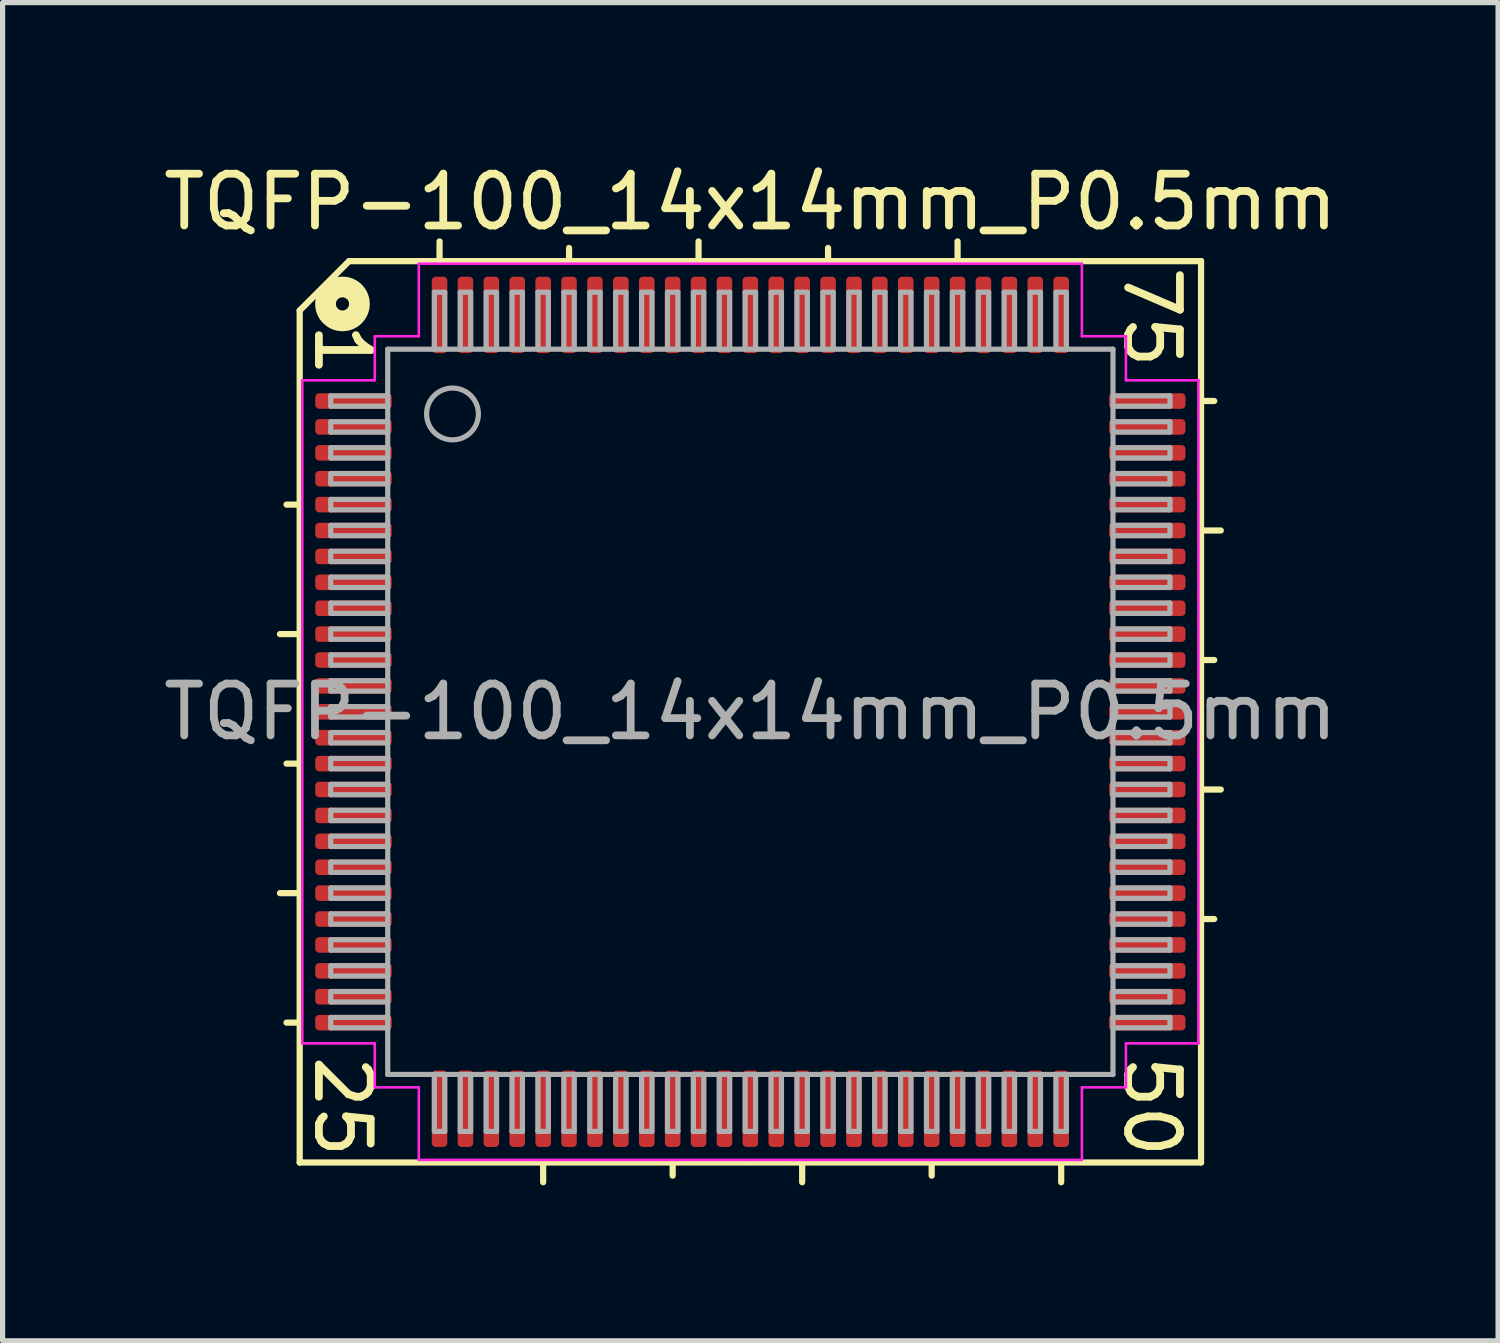
<source format=kicad_pcb>
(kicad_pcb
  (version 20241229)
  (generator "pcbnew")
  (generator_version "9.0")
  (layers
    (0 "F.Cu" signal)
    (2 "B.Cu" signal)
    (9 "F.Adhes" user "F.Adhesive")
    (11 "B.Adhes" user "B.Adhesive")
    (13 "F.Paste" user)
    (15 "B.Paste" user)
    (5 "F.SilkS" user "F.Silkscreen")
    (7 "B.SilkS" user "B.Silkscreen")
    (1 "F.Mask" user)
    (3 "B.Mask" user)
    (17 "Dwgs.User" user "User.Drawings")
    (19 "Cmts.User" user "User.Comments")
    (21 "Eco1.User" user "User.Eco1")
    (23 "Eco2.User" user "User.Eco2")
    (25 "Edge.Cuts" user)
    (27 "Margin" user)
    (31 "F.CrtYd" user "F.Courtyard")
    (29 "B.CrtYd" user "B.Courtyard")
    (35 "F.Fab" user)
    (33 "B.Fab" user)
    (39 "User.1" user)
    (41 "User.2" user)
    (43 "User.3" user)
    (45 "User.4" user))
  (footprint "TQFP-100_14x14mm_P0.5mm"
    (layer "F.Cu")
    (at 11.435 10.691)
    (property "Reference" "TQFP-100_14x14mm_P0.5mm" (at 0 -9.843 0) (layer "F.SilkS") (effects (font (size 1 1) (thickness 0.15))))
    (attr smd)
    (fp_line (start -8.7 -7.747) (end -8.7 8.7) (stroke (width 0.12) (type solid)) (layer "F.SilkS"))
    (fp_line (start -8.7 -4) (end -8.954 -4) (stroke (width 0.12) (type solid)) (layer "F.SilkS"))
    (fp_line (start -8.7 -1.5) (end -9.081 -1.5) (stroke (width 0.12) (type solid)) (layer "F.SilkS"))
    (fp_line (start -8.7 1) (end -8.954 1) (stroke (width 0.12) (type solid)) (layer "F.SilkS"))
    (fp_line (start -8.7 3.5) (end -9.081 3.5) (stroke (width 0.12) (type solid)) (layer "F.SilkS"))
    (fp_line (start -8.7 6) (end -8.954 6) (stroke (width 0.12) (type solid)) (layer "F.SilkS"))
    (fp_line (start -8.7 8.7) (end 8.7 8.7) (stroke (width 0.12) (type solid)) (layer "F.SilkS"))
    (fp_line (start -7.747 -8.7) (end -8.7 -7.747) (stroke (width 0.12) (type solid)) (layer "F.SilkS"))
    (fp_line (start -6 -8.7) (end -6 -9.081) (stroke (width 0.12) (type solid)) (layer "F.SilkS"))
    (fp_line (start -4 8.7) (end -4 9.081) (stroke (width 0.12) (type solid)) (layer "F.SilkS"))
    (fp_line (start -3.5 -8.7) (end -3.5 -8.954) (stroke (width 0.12) (type solid)) (layer "F.SilkS"))
    (fp_line (start -1.5 8.7) (end -1.5 8.954) (stroke (width 0.12) (type solid)) (layer "F.SilkS"))
    (fp_line (start -1 -8.7) (end -1 -9.081) (stroke (width 0.12) (type solid)) (layer "F.SilkS"))
    (fp_line (start 1 8.7) (end 1 9.081) (stroke (width 0.12) (type solid)) (layer "F.SilkS"))
    (fp_line (start 1.5 -8.7) (end 1.5 -8.954) (stroke (width 0.12) (type solid)) (layer "F.SilkS"))
    (fp_line (start 3.5 8.7) (end 3.5 8.954) (stroke (width 0.12) (type solid)) (layer "F.SilkS"))
    (fp_line (start 4 -8.7) (end 4 -9.081) (stroke (width 0.12) (type solid)) (layer "F.SilkS"))
    (fp_line (start 6 8.7) (end 6 9.081) (stroke (width 0.12) (type solid)) (layer "F.SilkS"))
    (fp_line (start 8.7 -8.7) (end -7.747 -8.7) (stroke (width 0.12) (type solid)) (layer "F.SilkS"))
    (fp_line (start 8.7 -6) (end 8.954 -6) (stroke (width 0.12) (type solid)) (layer "F.SilkS"))
    (fp_line (start 8.7 -3.5) (end 9.081 -3.5) (stroke (width 0.12) (type solid)) (layer "F.SilkS"))
    (fp_line (start 8.7 -1) (end 8.954 -1) (stroke (width 0.12) (type solid)) (layer "F.SilkS"))
    (fp_line (start 8.7 1.5) (end 9.081 1.5) (stroke (width 0.12) (type solid)) (layer "F.SilkS"))
    (fp_line (start 8.7 4) (end 8.954 4) (stroke (width 0.12) (type solid)) (layer "F.SilkS"))
    (fp_line (start 8.7 8.7) (end 8.7 -8.7) (stroke (width 0.12) (type solid)) (layer "F.SilkS"))
    (fp_circle (center -7.874 -7.874) (end -7.747 -7.874) (stroke (width 0.4) (type solid)) (fill no) (layer "F.SilkS"))
    (fp_line (start -8.65 -6.4) (end -8.65 0) (stroke (width 0.05) (type solid)) (layer "F.CrtYd"))
    (fp_line (start -8.65 6.4) (end -8.65 0) (stroke (width 0.05) (type solid)) (layer "F.CrtYd"))
    (fp_line (start -7.25 -7.25) (end -7.25 -6.4) (stroke (width 0.05) (type solid)) (layer "F.CrtYd"))
    (fp_line (start -7.25 -6.4) (end -8.65 -6.4) (stroke (width 0.05) (type solid)) (layer "F.CrtYd"))
    (fp_line (start -7.25 6.4) (end -8.65 6.4) (stroke (width 0.05) (type solid)) (layer "F.CrtYd"))
    (fp_line (start -7.25 7.25) (end -7.25 6.4) (stroke (width 0.05) (type solid)) (layer "F.CrtYd"))
    (fp_line (start -6.4 -8.65) (end -6.4 -7.25) (stroke (width 0.05) (type solid)) (layer "F.CrtYd"))
    (fp_line (start -6.4 -7.25) (end -7.25 -7.25) (stroke (width 0.05) (type solid)) (layer "F.CrtYd"))
    (fp_line (start -6.4 7.25) (end -7.25 7.25) (stroke (width 0.05) (type solid)) (layer "F.CrtYd"))
    (fp_line (start -6.4 8.65) (end -6.4 7.25) (stroke (width 0.05) (type solid)) (layer "F.CrtYd"))
    (fp_line (start 0 -8.65) (end -6.4 -8.65) (stroke (width 0.05) (type solid)) (layer "F.CrtYd"))
    (fp_line (start 0 -8.65) (end 6.4 -8.65) (stroke (width 0.05) (type solid)) (layer "F.CrtYd"))
    (fp_line (start 0 8.65) (end -6.4 8.65) (stroke (width 0.05) (type solid)) (layer "F.CrtYd"))
    (fp_line (start 0 8.65) (end 6.4 8.65) (stroke (width 0.05) (type solid)) (layer "F.CrtYd"))
    (fp_line (start 6.4 -8.65) (end 6.4 -7.25) (stroke (width 0.05) (type solid)) (layer "F.CrtYd"))
    (fp_line (start 6.4 -7.25) (end 7.25 -7.25) (stroke (width 0.05) (type solid)) (layer "F.CrtYd"))
    (fp_line (start 6.4 7.25) (end 7.25 7.25) (stroke (width 0.05) (type solid)) (layer "F.CrtYd"))
    (fp_line (start 6.4 8.65) (end 6.4 7.25) (stroke (width 0.05) (type solid)) (layer "F.CrtYd"))
    (fp_line (start 7.25 -7.25) (end 7.25 -6.4) (stroke (width 0.05) (type solid)) (layer "F.CrtYd"))
    (fp_line (start 7.25 -6.4) (end 8.65 -6.4) (stroke (width 0.05) (type solid)) (layer "F.CrtYd"))
    (fp_line (start 7.25 6.4) (end 8.65 6.4) (stroke (width 0.05) (type solid)) (layer "F.CrtYd"))
    (fp_line (start 7.25 7.25) (end 7.25 6.4) (stroke (width 0.05) (type solid)) (layer "F.CrtYd"))
    (fp_line (start 8.65 -6.4) (end 8.65 0) (stroke (width 0.05) (type solid)) (layer "F.CrtYd"))
    (fp_line (start 8.65 6.4) (end 8.65 0) (stroke (width 0.05) (type solid)) (layer "F.CrtYd"))
    (fp_line (start -8.1 -6.1) (end -8.1 -5.9) (stroke (width 0.1) (type solid)) (layer "F.Fab"))
    (fp_line (start -8.1 -6.1) (end -7 -6.1) (stroke (width 0.1) (type solid)) (layer "F.Fab"))
    (fp_line (start -8.1 -5.9) (end -7 -5.9) (stroke (width 0.1) (type solid)) (layer "F.Fab"))
    (fp_line (start -8.1 -5.6) (end -8.1 -5.4) (stroke (width 0.1) (type solid)) (layer "F.Fab"))
    (fp_line (start -8.1 -5.6) (end -7 -5.6) (stroke (width 0.1) (type solid)) (layer "F.Fab"))
    (fp_line (start -8.1 -5.4) (end -7 -5.4) (stroke (width 0.1) (type solid)) (layer "F.Fab"))
    (fp_line (start -8.1 -5.1) (end -8.1 -4.9) (stroke (width 0.1) (type solid)) (layer "F.Fab"))
    (fp_line (start -8.1 -5.1) (end -7 -5.1) (stroke (width 0.1) (type solid)) (layer "F.Fab"))
    (fp_line (start -8.1 -4.9) (end -7 -4.9) (stroke (width 0.1) (type solid)) (layer "F.Fab"))
    (fp_line (start -8.1 -4.6) (end -8.1 -4.4) (stroke (width 0.1) (type solid)) (layer "F.Fab"))
    (fp_line (start -8.1 -4.6) (end -7 -4.6) (stroke (width 0.1) (type solid)) (layer "F.Fab"))
    (fp_line (start -8.1 -4.4) (end -7 -4.4) (stroke (width 0.1) (type solid)) (layer "F.Fab"))
    (fp_line (start -8.1 -4.1) (end -8.1 -3.9) (stroke (width 0.1) (type solid)) (layer "F.Fab"))
    (fp_line (start -8.1 -4.1) (end -7 -4.1) (stroke (width 0.1) (type solid)) (layer "F.Fab"))
    (fp_line (start -8.1 -3.9) (end -7 -3.9) (stroke (width 0.1) (type solid)) (layer "F.Fab"))
    (fp_line (start -8.1 -3.6) (end -8.1 -3.4) (stroke (width 0.1) (type solid)) (layer "F.Fab"))
    (fp_line (start -8.1 -3.6) (end -7 -3.6) (stroke (width 0.1) (type solid)) (layer "F.Fab"))
    (fp_line (start -8.1 -3.4) (end -7 -3.4) (stroke (width 0.1) (type solid)) (layer "F.Fab"))
    (fp_line (start -8.1 -3.1) (end -8.1 -2.9) (stroke (width 0.1) (type solid)) (layer "F.Fab"))
    (fp_line (start -8.1 -3.1) (end -7 -3.1) (stroke (width 0.1) (type solid)) (layer "F.Fab"))
    (fp_line (start -8.1 -2.9) (end -7 -2.9) (stroke (width 0.1) (type solid)) (layer "F.Fab"))
    (fp_line (start -8.1 -2.6) (end -8.1 -2.4) (stroke (width 0.1) (type solid)) (layer "F.Fab"))
    (fp_line (start -8.1 -2.6) (end -7 -2.6) (stroke (width 0.1) (type solid)) (layer "F.Fab"))
    (fp_line (start -8.1 -2.4) (end -7 -2.4) (stroke (width 0.1) (type solid)) (layer "F.Fab"))
    (fp_line (start -8.1 -2.1) (end -8.1 -1.9) (stroke (width 0.1) (type solid)) (layer "F.Fab"))
    (fp_line (start -8.1 -2.1) (end -7 -2.1) (stroke (width 0.1) (type solid)) (layer "F.Fab"))
    (fp_line (start -8.1 -1.9) (end -7 -1.9) (stroke (width 0.1) (type solid)) (layer "F.Fab"))
    (fp_line (start -8.1 -1.6) (end -8.1 -1.4) (stroke (width 0.1) (type solid)) (layer "F.Fab"))
    (fp_line (start -8.1 -1.6) (end -7 -1.6) (stroke (width 0.1) (type solid)) (layer "F.Fab"))
    (fp_line (start -8.1 -1.4) (end -7 -1.4) (stroke (width 0.1) (type solid)) (layer "F.Fab"))
    (fp_line (start -8.1 -1.1) (end -8.1 -0.9) (stroke (width 0.1) (type solid)) (layer "F.Fab"))
    (fp_line (start -8.1 -1.1) (end -7 -1.1) (stroke (width 0.1) (type solid)) (layer "F.Fab"))
    (fp_line (start -8.1 -0.9) (end -7 -0.9) (stroke (width 0.1) (type solid)) (layer "F.Fab"))
    (fp_line (start -8.1 -0.6) (end -8.1 -0.4) (stroke (width 0.1) (type solid)) (layer "F.Fab"))
    (fp_line (start -8.1 -0.6) (end -7 -0.6) (stroke (width 0.1) (type solid)) (layer "F.Fab"))
    (fp_line (start -8.1 -0.4) (end -7 -0.4) (stroke (width 0.1) (type solid)) (layer "F.Fab"))
    (fp_line (start -8.1 -0.1) (end -8.1 0.1) (stroke (width 0.1) (type solid)) (layer "F.Fab"))
    (fp_line (start -8.1 -0.1) (end -7 -0.1) (stroke (width 0.1) (type solid)) (layer "F.Fab"))
    (fp_line (start -8.1 0.1) (end -7 0.1) (stroke (width 0.1) (type solid)) (layer "F.Fab"))
    (fp_line (start -8.1 0.4) (end -8.1 0.6) (stroke (width 0.1) (type solid)) (layer "F.Fab"))
    (fp_line (start -8.1 0.4) (end -7 0.4) (stroke (width 0.1) (type solid)) (layer "F.Fab"))
    (fp_line (start -8.1 0.6) (end -7 0.6) (stroke (width 0.1) (type solid)) (layer "F.Fab"))
    (fp_line (start -8.1 0.9) (end -8.1 1.1) (stroke (width 0.1) (type solid)) (layer "F.Fab"))
    (fp_line (start -8.1 0.9) (end -7 0.9) (stroke (width 0.1) (type solid)) (layer "F.Fab"))
    (fp_line (start -8.1 1.1) (end -7 1.1) (stroke (width 0.1) (type solid)) (layer "F.Fab"))
    (fp_line (start -8.1 1.4) (end -8.1 1.6) (stroke (width 0.1) (type solid)) (layer "F.Fab"))
    (fp_line (start -8.1 1.4) (end -7 1.4) (stroke (width 0.1) (type solid)) (layer "F.Fab"))
    (fp_line (start -8.1 1.6) (end -7 1.6) (stroke (width 0.1) (type solid)) (layer "F.Fab"))
    (fp_line (start -8.1 1.9) (end -8.1 2.1) (stroke (width 0.1) (type solid)) (layer "F.Fab"))
    (fp_line (start -8.1 1.9) (end -7 1.9) (stroke (width 0.1) (type solid)) (layer "F.Fab"))
    (fp_line (start -8.1 2.1) (end -7 2.1) (stroke (width 0.1) (type solid)) (layer "F.Fab"))
    (fp_line (start -8.1 2.4) (end -8.1 2.6) (stroke (width 0.1) (type solid)) (layer "F.Fab"))
    (fp_line (start -8.1 2.4) (end -7 2.4) (stroke (width 0.1) (type solid)) (layer "F.Fab"))
    (fp_line (start -8.1 2.6) (end -7 2.6) (stroke (width 0.1) (type solid)) (layer "F.Fab"))
    (fp_line (start -8.1 2.9) (end -8.1 3.1) (stroke (width 0.1) (type solid)) (layer "F.Fab"))
    (fp_line (start -8.1 2.9) (end -7 2.9) (stroke (width 0.1) (type solid)) (layer "F.Fab"))
    (fp_line (start -8.1 3.1) (end -7 3.1) (stroke (width 0.1) (type solid)) (layer "F.Fab"))
    (fp_line (start -8.1 3.4) (end -8.1 3.6) (stroke (width 0.1) (type solid)) (layer "F.Fab"))
    (fp_line (start -8.1 3.4) (end -7 3.4) (stroke (width 0.1) (type solid)) (layer "F.Fab"))
    (fp_line (start -8.1 3.6) (end -7 3.6) (stroke (width 0.1) (type solid)) (layer "F.Fab"))
    (fp_line (start -8.1 3.9) (end -8.1 4.1) (stroke (width 0.1) (type solid)) (layer "F.Fab"))
    (fp_line (start -8.1 3.9) (end -7 3.9) (stroke (width 0.1) (type solid)) (layer "F.Fab"))
    (fp_line (start -8.1 4.1) (end -7 4.1) (stroke (width 0.1) (type solid)) (layer "F.Fab"))
    (fp_line (start -8.1 4.4) (end -8.1 4.6) (stroke (width 0.1) (type solid)) (layer "F.Fab"))
    (fp_line (start -8.1 4.4) (end -7 4.4) (stroke (width 0.1) (type solid)) (layer "F.Fab"))
    (fp_line (start -8.1 4.6) (end -7 4.6) (stroke (width 0.1) (type solid)) (layer "F.Fab"))
    (fp_line (start -8.1 4.9) (end -8.1 5.1) (stroke (width 0.1) (type solid)) (layer "F.Fab"))
    (fp_line (start -8.1 4.9) (end -7 4.9) (stroke (width 0.1) (type solid)) (layer "F.Fab"))
    (fp_line (start -8.1 5.1) (end -7 5.1) (stroke (width 0.1) (type solid)) (layer "F.Fab"))
    (fp_line (start -8.1 5.4) (end -8.1 5.6) (stroke (width 0.1) (type solid)) (layer "F.Fab"))
    (fp_line (start -8.1 5.4) (end -7 5.4) (stroke (width 0.1) (type solid)) (layer "F.Fab"))
    (fp_line (start -8.1 5.6) (end -7 5.6) (stroke (width 0.1) (type solid)) (layer "F.Fab"))
    (fp_line (start -8.1 5.9) (end -8.1 6.1) (stroke (width 0.1) (type solid)) (layer "F.Fab"))
    (fp_line (start -8.1 5.9) (end -7 5.9) (stroke (width 0.1) (type solid)) (layer "F.Fab"))
    (fp_line (start -8.1 6.1) (end -7 6.1) (stroke (width 0.1) (type solid)) (layer "F.Fab"))
    (fp_line (start -7 -7) (end 7 -7) (stroke (width 0.1) (type solid)) (layer "F.Fab"))
    (fp_line (start -7 7) (end -7 -7) (stroke (width 0.1) (type solid)) (layer "F.Fab"))
    (fp_line (start -6.1 -8.1) (end -6.1 -7) (stroke (width 0.1) (type solid)) (layer "F.Fab"))
    (fp_line (start -6.1 8.1) (end -6.1 7) (stroke (width 0.1) (type solid)) (layer "F.Fab"))
    (fp_line (start -6.1 8.1) (end -5.9 8.1) (stroke (width 0.1) (type solid)) (layer "F.Fab"))
    (fp_line (start -5.9 -8.1) (end -6.1 -8.1) (stroke (width 0.1) (type solid)) (layer "F.Fab"))
    (fp_line (start -5.9 -8.1) (end -5.9 -7) (stroke (width 0.1) (type solid)) (layer "F.Fab"))
    (fp_line (start -5.9 8.1) (end -5.9 7) (stroke (width 0.1) (type solid)) (layer "F.Fab"))
    (fp_line (start -5.6 -8.1) (end -5.6 -7) (stroke (width 0.1) (type solid)) (layer "F.Fab"))
    (fp_line (start -5.6 8.1) (end -5.6 7) (stroke (width 0.1) (type solid)) (layer "F.Fab"))
    (fp_line (start -5.6 8.1) (end -5.4 8.1) (stroke (width 0.1) (type solid)) (layer "F.Fab"))
    (fp_line (start -5.4 -8.1) (end -5.6 -8.1) (stroke (width 0.1) (type solid)) (layer "F.Fab"))
    (fp_line (start -5.4 -8.1) (end -5.4 -7) (stroke (width 0.1) (type solid)) (layer "F.Fab"))
    (fp_line (start -5.4 8.1) (end -5.4 7) (stroke (width 0.1) (type solid)) (layer "F.Fab"))
    (fp_line (start -5.1 -8.1) (end -5.1 -7) (stroke (width 0.1) (type solid)) (layer "F.Fab"))
    (fp_line (start -5.1 8.1) (end -5.1 7) (stroke (width 0.1) (type solid)) (layer "F.Fab"))
    (fp_line (start -5.1 8.1) (end -4.9 8.1) (stroke (width 0.1) (type solid)) (layer "F.Fab"))
    (fp_line (start -4.9 -8.1) (end -5.1 -8.1) (stroke (width 0.1) (type solid)) (layer "F.Fab"))
    (fp_line (start -4.9 -8.1) (end -4.9 -7) (stroke (width 0.1) (type solid)) (layer "F.Fab"))
    (fp_line (start -4.9 8.1) (end -4.9 7) (stroke (width 0.1) (type solid)) (layer "F.Fab"))
    (fp_line (start -4.6 -8.1) (end -4.6 -7) (stroke (width 0.1) (type solid)) (layer "F.Fab"))
    (fp_line (start -4.6 8.1) (end -4.6 7) (stroke (width 0.1) (type solid)) (layer "F.Fab"))
    (fp_line (start -4.6 8.1) (end -4.4 8.1) (stroke (width 0.1) (type solid)) (layer "F.Fab"))
    (fp_line (start -4.4 -8.1) (end -4.6 -8.1) (stroke (width 0.1) (type solid)) (layer "F.Fab"))
    (fp_line (start -4.4 -8.1) (end -4.4 -7) (stroke (width 0.1) (type solid)) (layer "F.Fab"))
    (fp_line (start -4.4 8.1) (end -4.4 7) (stroke (width 0.1) (type solid)) (layer "F.Fab"))
    (fp_line (start -4.1 -8.1) (end -4.1 -7) (stroke (width 0.1) (type solid)) (layer "F.Fab"))
    (fp_line (start -4.1 8.1) (end -4.1 7) (stroke (width 0.1) (type solid)) (layer "F.Fab"))
    (fp_line (start -4.1 8.1) (end -3.9 8.1) (stroke (width 0.1) (type solid)) (layer "F.Fab"))
    (fp_line (start -3.9 -8.1) (end -4.1 -8.1) (stroke (width 0.1) (type solid)) (layer "F.Fab"))
    (fp_line (start -3.9 -8.1) (end -3.9 -7) (stroke (width 0.1) (type solid)) (layer "F.Fab"))
    (fp_line (start -3.9 8.1) (end -3.9 7) (stroke (width 0.1) (type solid)) (layer "F.Fab"))
    (fp_line (start -3.6 -8.1) (end -3.6 -7) (stroke (width 0.1) (type solid)) (layer "F.Fab"))
    (fp_line (start -3.6 8.1) (end -3.6 7) (stroke (width 0.1) (type solid)) (layer "F.Fab"))
    (fp_line (start -3.6 8.1) (end -3.4 8.1) (stroke (width 0.1) (type solid)) (layer "F.Fab"))
    (fp_line (start -3.4 -8.1) (end -3.6 -8.1) (stroke (width 0.1) (type solid)) (layer "F.Fab"))
    (fp_line (start -3.4 -8.1) (end -3.4 -7) (stroke (width 0.1) (type solid)) (layer "F.Fab"))
    (fp_line (start -3.4 8.1) (end -3.4 7) (stroke (width 0.1) (type solid)) (layer "F.Fab"))
    (fp_line (start -3.1 -8.1) (end -3.1 -7) (stroke (width 0.1) (type solid)) (layer "F.Fab"))
    (fp_line (start -3.1 8.1) (end -3.1 7) (stroke (width 0.1) (type solid)) (layer "F.Fab"))
    (fp_line (start -3.1 8.1) (end -2.9 8.1) (stroke (width 0.1) (type solid)) (layer "F.Fab"))
    (fp_line (start -2.9 -8.1) (end -3.1 -8.1) (stroke (width 0.1) (type solid)) (layer "F.Fab"))
    (fp_line (start -2.9 -8.1) (end -2.9 -7) (stroke (width 0.1) (type solid)) (layer "F.Fab"))
    (fp_line (start -2.9 8.1) (end -2.9 7) (stroke (width 0.1) (type solid)) (layer "F.Fab"))
    (fp_line (start -2.6 -8.1) (end -2.6 -7) (stroke (width 0.1) (type solid)) (layer "F.Fab"))
    (fp_line (start -2.6 8.1) (end -2.6 7) (stroke (width 0.1) (type solid)) (layer "F.Fab"))
    (fp_line (start -2.6 8.1) (end -2.4 8.1) (stroke (width 0.1) (type solid)) (layer "F.Fab"))
    (fp_line (start -2.4 -8.1) (end -2.6 -8.1) (stroke (width 0.1) (type solid)) (layer "F.Fab"))
    (fp_line (start -2.4 -8.1) (end -2.4 -7) (stroke (width 0.1) (type solid)) (layer "F.Fab"))
    (fp_line (start -2.4 8.1) (end -2.4 7) (stroke (width 0.1) (type solid)) (layer "F.Fab"))
    (fp_line (start -2.1 -8.1) (end -2.1 -7) (stroke (width 0.1) (type solid)) (layer "F.Fab"))
    (fp_line (start -2.1 8.1) (end -2.1 7) (stroke (width 0.1) (type solid)) (layer "F.Fab"))
    (fp_line (start -2.1 8.1) (end -1.9 8.1) (stroke (width 0.1) (type solid)) (layer "F.Fab"))
    (fp_line (start -1.9 -8.1) (end -2.1 -8.1) (stroke (width 0.1) (type solid)) (layer "F.Fab"))
    (fp_line (start -1.9 -8.1) (end -1.9 -7) (stroke (width 0.1) (type solid)) (layer "F.Fab"))
    (fp_line (start -1.9 8.1) (end -1.9 7) (stroke (width 0.1) (type solid)) (layer "F.Fab"))
    (fp_line (start -1.6 -8.1) (end -1.6 -7) (stroke (width 0.1) (type solid)) (layer "F.Fab"))
    (fp_line (start -1.6 8.1) (end -1.6 7) (stroke (width 0.1) (type solid)) (layer "F.Fab"))
    (fp_line (start -1.6 8.1) (end -1.4 8.1) (stroke (width 0.1) (type solid)) (layer "F.Fab"))
    (fp_line (start -1.4 -8.1) (end -1.6 -8.1) (stroke (width 0.1) (type solid)) (layer "F.Fab"))
    (fp_line (start -1.4 -8.1) (end -1.4 -7) (stroke (width 0.1) (type solid)) (layer "F.Fab"))
    (fp_line (start -1.4 8.1) (end -1.4 7) (stroke (width 0.1) (type solid)) (layer "F.Fab"))
    (fp_line (start -1.1 -8.1) (end -1.1 -7) (stroke (width 0.1) (type solid)) (layer "F.Fab"))
    (fp_line (start -1.1 8.1) (end -1.1 7) (stroke (width 0.1) (type solid)) (layer "F.Fab"))
    (fp_line (start -1.1 8.1) (end -0.9 8.1) (stroke (width 0.1) (type solid)) (layer "F.Fab"))
    (fp_line (start -0.9 -8.1) (end -1.1 -8.1) (stroke (width 0.1) (type solid)) (layer "F.Fab"))
    (fp_line (start -0.9 -8.1) (end -0.9 -7) (stroke (width 0.1) (type solid)) (layer "F.Fab"))
    (fp_line (start -0.9 8.1) (end -0.9 7) (stroke (width 0.1) (type solid)) (layer "F.Fab"))
    (fp_line (start -0.6 -8.1) (end -0.6 -7) (stroke (width 0.1) (type solid)) (layer "F.Fab"))
    (fp_line (start -0.6 8.1) (end -0.6 7) (stroke (width 0.1) (type solid)) (layer "F.Fab"))
    (fp_line (start -0.6 8.1) (end -0.4 8.1) (stroke (width 0.1) (type solid)) (layer "F.Fab"))
    (fp_line (start -0.4 -8.1) (end -0.6 -8.1) (stroke (width 0.1) (type solid)) (layer "F.Fab"))
    (fp_line (start -0.4 -8.1) (end -0.4 -7) (stroke (width 0.1) (type solid)) (layer "F.Fab"))
    (fp_line (start -0.4 8.1) (end -0.4 7) (stroke (width 0.1) (type solid)) (layer "F.Fab"))
    (fp_line (start -0.1 -8.1) (end -0.1 -7) (stroke (width 0.1) (type solid)) (layer "F.Fab"))
    (fp_line (start -0.1 8.1) (end -0.1 7) (stroke (width 0.1) (type solid)) (layer "F.Fab"))
    (fp_line (start -0.1 8.1) (end 0.1 8.1) (stroke (width 0.1) (type solid)) (layer "F.Fab"))
    (fp_line (start 0.1 -8.1) (end -0.1 -8.1) (stroke (width 0.1) (type solid)) (layer "F.Fab"))
    (fp_line (start 0.1 -8.1) (end 0.1 -7) (stroke (width 0.1) (type solid)) (layer "F.Fab"))
    (fp_line (start 0.1 8.1) (end 0.1 7) (stroke (width 0.1) (type solid)) (layer "F.Fab"))
    (fp_line (start 0.4 -8.1) (end 0.4 -7) (stroke (width 0.1) (type solid)) (layer "F.Fab"))
    (fp_line (start 0.4 8.1) (end 0.4 7) (stroke (width 0.1) (type solid)) (layer "F.Fab"))
    (fp_line (start 0.4 8.1) (end 0.6 8.1) (stroke (width 0.1) (type solid)) (layer "F.Fab"))
    (fp_line (start 0.6 -8.1) (end 0.4 -8.1) (stroke (width 0.1) (type solid)) (layer "F.Fab"))
    (fp_line (start 0.6 -8.1) (end 0.6 -7) (stroke (width 0.1) (type solid)) (layer "F.Fab"))
    (fp_line (start 0.6 8.1) (end 0.6 7) (stroke (width 0.1) (type solid)) (layer "F.Fab"))
    (fp_line (start 0.9 -8.1) (end 0.9 -7) (stroke (width 0.1) (type solid)) (layer "F.Fab"))
    (fp_line (start 0.9 8.1) (end 0.9 7) (stroke (width 0.1) (type solid)) (layer "F.Fab"))
    (fp_line (start 0.9 8.1) (end 1.1 8.1) (stroke (width 0.1) (type solid)) (layer "F.Fab"))
    (fp_line (start 1.1 -8.1) (end 0.9 -8.1) (stroke (width 0.1) (type solid)) (layer "F.Fab"))
    (fp_line (start 1.1 -8.1) (end 1.1 -7) (stroke (width 0.1) (type solid)) (layer "F.Fab"))
    (fp_line (start 1.1 8.1) (end 1.1 7) (stroke (width 0.1) (type solid)) (layer "F.Fab"))
    (fp_line (start 1.4 -8.1) (end 1.4 -7) (stroke (width 0.1) (type solid)) (layer "F.Fab"))
    (fp_line (start 1.4 8.1) (end 1.4 7) (stroke (width 0.1) (type solid)) (layer "F.Fab"))
    (fp_line (start 1.4 8.1) (end 1.6 8.1) (stroke (width 0.1) (type solid)) (layer "F.Fab"))
    (fp_line (start 1.6 -8.1) (end 1.4 -8.1) (stroke (width 0.1) (type solid)) (layer "F.Fab"))
    (fp_line (start 1.6 -8.1) (end 1.6 -7) (stroke (width 0.1) (type solid)) (layer "F.Fab"))
    (fp_line (start 1.6 8.1) (end 1.6 7) (stroke (width 0.1) (type solid)) (layer "F.Fab"))
    (fp_line (start 1.9 -8.1) (end 1.9 -7) (stroke (width 0.1) (type solid)) (layer "F.Fab"))
    (fp_line (start 1.9 8.1) (end 1.9 7) (stroke (width 0.1) (type solid)) (layer "F.Fab"))
    (fp_line (start 1.9 8.1) (end 2.1 8.1) (stroke (width 0.1) (type solid)) (layer "F.Fab"))
    (fp_line (start 2.1 -8.1) (end 1.9 -8.1) (stroke (width 0.1) (type solid)) (layer "F.Fab"))
    (fp_line (start 2.1 -8.1) (end 2.1 -7) (stroke (width 0.1) (type solid)) (layer "F.Fab"))
    (fp_line (start 2.1 8.1) (end 2.1 7) (stroke (width 0.1) (type solid)) (layer "F.Fab"))
    (fp_line (start 2.4 -8.1) (end 2.4 -7) (stroke (width 0.1) (type solid)) (layer "F.Fab"))
    (fp_line (start 2.4 8.1) (end 2.4 7) (stroke (width 0.1) (type solid)) (layer "F.Fab"))
    (fp_line (start 2.4 8.1) (end 2.6 8.1) (stroke (width 0.1) (type solid)) (layer "F.Fab"))
    (fp_line (start 2.6 -8.1) (end 2.4 -8.1) (stroke (width 0.1) (type solid)) (layer "F.Fab"))
    (fp_line (start 2.6 -8.1) (end 2.6 -7) (stroke (width 0.1) (type solid)) (layer "F.Fab"))
    (fp_line (start 2.6 8.1) (end 2.6 7) (stroke (width 0.1) (type solid)) (layer "F.Fab"))
    (fp_line (start 2.9 -8.1) (end 2.9 -7) (stroke (width 0.1) (type solid)) (layer "F.Fab"))
    (fp_line (start 2.9 8.1) (end 2.9 7) (stroke (width 0.1) (type solid)) (layer "F.Fab"))
    (fp_line (start 2.9 8.1) (end 3.1 8.1) (stroke (width 0.1) (type solid)) (layer "F.Fab"))
    (fp_line (start 3.1 -8.1) (end 2.9 -8.1) (stroke (width 0.1) (type solid)) (layer "F.Fab"))
    (fp_line (start 3.1 -8.1) (end 3.1 -7) (stroke (width 0.1) (type solid)) (layer "F.Fab"))
    (fp_line (start 3.1 8.1) (end 3.1 7) (stroke (width 0.1) (type solid)) (layer "F.Fab"))
    (fp_line (start 3.4 -8.1) (end 3.4 -7) (stroke (width 0.1) (type solid)) (layer "F.Fab"))
    (fp_line (start 3.4 8.1) (end 3.4 7) (stroke (width 0.1) (type solid)) (layer "F.Fab"))
    (fp_line (start 3.4 8.1) (end 3.6 8.1) (stroke (width 0.1) (type solid)) (layer "F.Fab"))
    (fp_line (start 3.6 -8.1) (end 3.4 -8.1) (stroke (width 0.1) (type solid)) (layer "F.Fab"))
    (fp_line (start 3.6 -8.1) (end 3.6 -7) (stroke (width 0.1) (type solid)) (layer "F.Fab"))
    (fp_line (start 3.6 8.1) (end 3.6 7) (stroke (width 0.1) (type solid)) (layer "F.Fab"))
    (fp_line (start 3.9 -8.1) (end 3.9 -7) (stroke (width 0.1) (type solid)) (layer "F.Fab"))
    (fp_line (start 3.9 8.1) (end 3.9 7) (stroke (width 0.1) (type solid)) (layer "F.Fab"))
    (fp_line (start 3.9 8.1) (end 4.1 8.1) (stroke (width 0.1) (type solid)) (layer "F.Fab"))
    (fp_line (start 4.1 -8.1) (end 3.9 -8.1) (stroke (width 0.1) (type solid)) (layer "F.Fab"))
    (fp_line (start 4.1 -8.1) (end 4.1 -7) (stroke (width 0.1) (type solid)) (layer "F.Fab"))
    (fp_line (start 4.1 8.1) (end 4.1 7) (stroke (width 0.1) (type solid)) (layer "F.Fab"))
    (fp_line (start 4.4 -8.1) (end 4.4 -7) (stroke (width 0.1) (type solid)) (layer "F.Fab"))
    (fp_line (start 4.4 8.1) (end 4.4 7) (stroke (width 0.1) (type solid)) (layer "F.Fab"))
    (fp_line (start 4.4 8.1) (end 4.6 8.1) (stroke (width 0.1) (type solid)) (layer "F.Fab"))
    (fp_line (start 4.6 -8.1) (end 4.4 -8.1) (stroke (width 0.1) (type solid)) (layer "F.Fab"))
    (fp_line (start 4.6 -8.1) (end 4.6 -7) (stroke (width 0.1) (type solid)) (layer "F.Fab"))
    (fp_line (start 4.6 8.1) (end 4.6 7) (stroke (width 0.1) (type solid)) (layer "F.Fab"))
    (fp_line (start 4.9 -8.1) (end 4.9 -7) (stroke (width 0.1) (type solid)) (layer "F.Fab"))
    (fp_line (start 4.9 8.1) (end 4.9 7) (stroke (width 0.1) (type solid)) (layer "F.Fab"))
    (fp_line (start 4.9 8.1) (end 5.1 8.1) (stroke (width 0.1) (type solid)) (layer "F.Fab"))
    (fp_line (start 5.1 -8.1) (end 4.9 -8.1) (stroke (width 0.1) (type solid)) (layer "F.Fab"))
    (fp_line (start 5.1 -8.1) (end 5.1 -7) (stroke (width 0.1) (type solid)) (layer "F.Fab"))
    (fp_line (start 5.1 8.1) (end 5.1 7) (stroke (width 0.1) (type solid)) (layer "F.Fab"))
    (fp_line (start 5.4 -8.1) (end 5.4 -7) (stroke (width 0.1) (type solid)) (layer "F.Fab"))
    (fp_line (start 5.4 8.1) (end 5.4 7) (stroke (width 0.1) (type solid)) (layer "F.Fab"))
    (fp_line (start 5.4 8.1) (end 5.6 8.1) (stroke (width 0.1) (type solid)) (layer "F.Fab"))
    (fp_line (start 5.6 -8.1) (end 5.4 -8.1) (stroke (width 0.1) (type solid)) (layer "F.Fab"))
    (fp_line (start 5.6 -8.1) (end 5.6 -7) (stroke (width 0.1) (type solid)) (layer "F.Fab"))
    (fp_line (start 5.6 8.1) (end 5.6 7) (stroke (width 0.1) (type solid)) (layer "F.Fab"))
    (fp_line (start 5.9 -8.1) (end 5.9 -7) (stroke (width 0.1) (type solid)) (layer "F.Fab"))
    (fp_line (start 5.9 8.1) (end 5.9 7) (stroke (width 0.1) (type solid)) (layer "F.Fab"))
    (fp_line (start 5.9 8.1) (end 6.1 8.1) (stroke (width 0.1) (type solid)) (layer "F.Fab"))
    (fp_line (start 6.1 -8.1) (end 5.9 -8.1) (stroke (width 0.1) (type solid)) (layer "F.Fab"))
    (fp_line (start 6.1 -8.1) (end 6.1 -7) (stroke (width 0.1) (type solid)) (layer "F.Fab"))
    (fp_line (start 6.1 8.1) (end 6.1 7) (stroke (width 0.1) (type solid)) (layer "F.Fab"))
    (fp_line (start 7 -7) (end 7 7) (stroke (width 0.1) (type solid)) (layer "F.Fab"))
    (fp_line (start 7 7) (end -7 7) (stroke (width 0.1) (type solid)) (layer "F.Fab"))
    (fp_line (start 8.1 -6.1) (end 7 -6.1) (stroke (width 0.1) (type solid)) (layer "F.Fab"))
    (fp_line (start 8.1 -5.9) (end 7 -5.9) (stroke (width 0.1) (type solid)) (layer "F.Fab"))
    (fp_line (start 8.1 -5.9) (end 8.1 -6.1) (stroke (width 0.1) (type solid)) (layer "F.Fab"))
    (fp_line (start 8.1 -5.6) (end 7 -5.6) (stroke (width 0.1) (type solid)) (layer "F.Fab"))
    (fp_line (start 8.1 -5.4) (end 7 -5.4) (stroke (width 0.1) (type solid)) (layer "F.Fab"))
    (fp_line (start 8.1 -5.4) (end 8.1 -5.6) (stroke (width 0.1) (type solid)) (layer "F.Fab"))
    (fp_line (start 8.1 -5.1) (end 7 -5.1) (stroke (width 0.1) (type solid)) (layer "F.Fab"))
    (fp_line (start 8.1 -4.9) (end 7 -4.9) (stroke (width 0.1) (type solid)) (layer "F.Fab"))
    (fp_line (start 8.1 -4.9) (end 8.1 -5.1) (stroke (width 0.1) (type solid)) (layer "F.Fab"))
    (fp_line (start 8.1 -4.6) (end 7 -4.6) (stroke (width 0.1) (type solid)) (layer "F.Fab"))
    (fp_line (start 8.1 -4.4) (end 7 -4.4) (stroke (width 0.1) (type solid)) (layer "F.Fab"))
    (fp_line (start 8.1 -4.4) (end 8.1 -4.6) (stroke (width 0.1) (type solid)) (layer "F.Fab"))
    (fp_line (start 8.1 -4.1) (end 7 -4.1) (stroke (width 0.1) (type solid)) (layer "F.Fab"))
    (fp_line (start 8.1 -3.9) (end 7 -3.9) (stroke (width 0.1) (type solid)) (layer "F.Fab"))
    (fp_line (start 8.1 -3.9) (end 8.1 -4.1) (stroke (width 0.1) (type solid)) (layer "F.Fab"))
    (fp_line (start 8.1 -3.6) (end 7 -3.6) (stroke (width 0.1) (type solid)) (layer "F.Fab"))
    (fp_line (start 8.1 -3.4) (end 7 -3.4) (stroke (width 0.1) (type solid)) (layer "F.Fab"))
    (fp_line (start 8.1 -3.4) (end 8.1 -3.6) (stroke (width 0.1) (type solid)) (layer "F.Fab"))
    (fp_line (start 8.1 -3.1) (end 7 -3.1) (stroke (width 0.1) (type solid)) (layer "F.Fab"))
    (fp_line (start 8.1 -2.9) (end 7 -2.9) (stroke (width 0.1) (type solid)) (layer "F.Fab"))
    (fp_line (start 8.1 -2.9) (end 8.1 -3.1) (stroke (width 0.1) (type solid)) (layer "F.Fab"))
    (fp_line (start 8.1 -2.6) (end 7 -2.6) (stroke (width 0.1) (type solid)) (layer "F.Fab"))
    (fp_line (start 8.1 -2.4) (end 7 -2.4) (stroke (width 0.1) (type solid)) (layer "F.Fab"))
    (fp_line (start 8.1 -2.4) (end 8.1 -2.6) (stroke (width 0.1) (type solid)) (layer "F.Fab"))
    (fp_line (start 8.1 -2.1) (end 7 -2.1) (stroke (width 0.1) (type solid)) (layer "F.Fab"))
    (fp_line (start 8.1 -1.9) (end 7 -1.9) (stroke (width 0.1) (type solid)) (layer "F.Fab"))
    (fp_line (start 8.1 -1.9) (end 8.1 -2.1) (stroke (width 0.1) (type solid)) (layer "F.Fab"))
    (fp_line (start 8.1 -1.6) (end 7 -1.6) (stroke (width 0.1) (type solid)) (layer "F.Fab"))
    (fp_line (start 8.1 -1.4) (end 7 -1.4) (stroke (width 0.1) (type solid)) (layer "F.Fab"))
    (fp_line (start 8.1 -1.4) (end 8.1 -1.6) (stroke (width 0.1) (type solid)) (layer "F.Fab"))
    (fp_line (start 8.1 -1.1) (end 7 -1.1) (stroke (width 0.1) (type solid)) (layer "F.Fab"))
    (fp_line (start 8.1 -0.9) (end 7 -0.9) (stroke (width 0.1) (type solid)) (layer "F.Fab"))
    (fp_line (start 8.1 -0.9) (end 8.1 -1.1) (stroke (width 0.1) (type solid)) (layer "F.Fab"))
    (fp_line (start 8.1 -0.6) (end 7 -0.6) (stroke (width 0.1) (type solid)) (layer "F.Fab"))
    (fp_line (start 8.1 -0.4) (end 7 -0.4) (stroke (width 0.1) (type solid)) (layer "F.Fab"))
    (fp_line (start 8.1 -0.4) (end 8.1 -0.6) (stroke (width 0.1) (type solid)) (layer "F.Fab"))
    (fp_line (start 8.1 -0.1) (end 7 -0.1) (stroke (width 0.1) (type solid)) (layer "F.Fab"))
    (fp_line (start 8.1 0.1) (end 7 0.1) (stroke (width 0.1) (type solid)) (layer "F.Fab"))
    (fp_line (start 8.1 0.1) (end 8.1 -0.1) (stroke (width 0.1) (type solid)) (layer "F.Fab"))
    (fp_line (start 8.1 0.4) (end 7 0.4) (stroke (width 0.1) (type solid)) (layer "F.Fab"))
    (fp_line (start 8.1 0.6) (end 7 0.6) (stroke (width 0.1) (type solid)) (layer "F.Fab"))
    (fp_line (start 8.1 0.6) (end 8.1 0.4) (stroke (width 0.1) (type solid)) (layer "F.Fab"))
    (fp_line (start 8.1 0.9) (end 7 0.9) (stroke (width 0.1) (type solid)) (layer "F.Fab"))
    (fp_line (start 8.1 1.1) (end 7 1.1) (stroke (width 0.1) (type solid)) (layer "F.Fab"))
    (fp_line (start 8.1 1.1) (end 8.1 0.9) (stroke (width 0.1) (type solid)) (layer "F.Fab"))
    (fp_line (start 8.1 1.4) (end 7 1.4) (stroke (width 0.1) (type solid)) (layer "F.Fab"))
    (fp_line (start 8.1 1.6) (end 7 1.6) (stroke (width 0.1) (type solid)) (layer "F.Fab"))
    (fp_line (start 8.1 1.6) (end 8.1 1.4) (stroke (width 0.1) (type solid)) (layer "F.Fab"))
    (fp_line (start 8.1 1.9) (end 7 1.9) (stroke (width 0.1) (type solid)) (layer "F.Fab"))
    (fp_line (start 8.1 2.1) (end 7 2.1) (stroke (width 0.1) (type solid)) (layer "F.Fab"))
    (fp_line (start 8.1 2.1) (end 8.1 1.9) (stroke (width 0.1) (type solid)) (layer "F.Fab"))
    (fp_line (start 8.1 2.4) (end 7 2.4) (stroke (width 0.1) (type solid)) (layer "F.Fab"))
    (fp_line (start 8.1 2.6) (end 7 2.6) (stroke (width 0.1) (type solid)) (layer "F.Fab"))
    (fp_line (start 8.1 2.6) (end 8.1 2.4) (stroke (width 0.1) (type solid)) (layer "F.Fab"))
    (fp_line (start 8.1 2.9) (end 7 2.9) (stroke (width 0.1) (type solid)) (layer "F.Fab"))
    (fp_line (start 8.1 3.1) (end 7 3.1) (stroke (width 0.1) (type solid)) (layer "F.Fab"))
    (fp_line (start 8.1 3.1) (end 8.1 2.9) (stroke (width 0.1) (type solid)) (layer "F.Fab"))
    (fp_line (start 8.1 3.4) (end 7 3.4) (stroke (width 0.1) (type solid)) (layer "F.Fab"))
    (fp_line (start 8.1 3.6) (end 7 3.6) (stroke (width 0.1) (type solid)) (layer "F.Fab"))
    (fp_line (start 8.1 3.6) (end 8.1 3.4) (stroke (width 0.1) (type solid)) (layer "F.Fab"))
    (fp_line (start 8.1 3.9) (end 7 3.9) (stroke (width 0.1) (type solid)) (layer "F.Fab"))
    (fp_line (start 8.1 4.1) (end 7 4.1) (stroke (width 0.1) (type solid)) (layer "F.Fab"))
    (fp_line (start 8.1 4.1) (end 8.1 3.9) (stroke (width 0.1) (type solid)) (layer "F.Fab"))
    (fp_line (start 8.1 4.4) (end 7 4.4) (stroke (width 0.1) (type solid)) (layer "F.Fab"))
    (fp_line (start 8.1 4.6) (end 7 4.6) (stroke (width 0.1) (type solid)) (layer "F.Fab"))
    (fp_line (start 8.1 4.6) (end 8.1 4.4) (stroke (width 0.1) (type solid)) (layer "F.Fab"))
    (fp_line (start 8.1 4.9) (end 7 4.9) (stroke (width 0.1) (type solid)) (layer "F.Fab"))
    (fp_line (start 8.1 5.1) (end 7 5.1) (stroke (width 0.1) (type solid)) (layer "F.Fab"))
    (fp_line (start 8.1 5.1) (end 8.1 4.9) (stroke (width 0.1) (type solid)) (layer "F.Fab"))
    (fp_line (start 8.1 5.4) (end 7 5.4) (stroke (width 0.1) (type solid)) (layer "F.Fab"))
    (fp_line (start 8.1 5.6) (end 7 5.6) (stroke (width 0.1) (type solid)) (layer "F.Fab"))
    (fp_line (start 8.1 5.6) (end 8.1 5.4) (stroke (width 0.1) (type solid)) (layer "F.Fab"))
    (fp_line (start 8.1 5.9) (end 7 5.9) (stroke (width 0.1) (type solid)) (layer "F.Fab"))
    (fp_line (start 8.1 6.1) (end 7 6.1) (stroke (width 0.1) (type solid)) (layer "F.Fab"))
    (fp_line (start 8.1 6.1) (end 8.1 5.9) (stroke (width 0.1) (type solid)) (layer "F.Fab"))
    (fp_circle (center -5.75 -5.75) (end -5.25 -5.75) (stroke (width 0.1) (type solid)) (fill no) (layer "F.Fab"))
    (fp_text user "75" (at 7.747 -7.62 270) (unlocked yes) (layer "F.SilkS") (effects (font (size 1 1) (thickness 0.15))))
    (fp_text user "50" (at 7.747 7.62 270) (unlocked yes) (layer "F.SilkS") (effects (font (size 1 1) (thickness 0.15))))
    (fp_text user "25" (at -7.874 7.62 270) (unlocked yes) (layer "F.SilkS") (effects (font (size 1 1) (thickness 0.15))))
    (fp_text user "1" (at -7.874 -6.985 270) (unlocked yes) (layer "F.SilkS") (effects (font (size 1 1) (thickness 0.15))))
    (fp_text user "${REFERENCE}" (at 0 0 0) (layer "F.Fab") (effects (font (size 1 1) (thickness 0.15))))
    (pad "1" smd roundrect (at -7.662 -6) (size 1.475 0.3) (layers "F.Cu" "F.Mask" "F.Paste") (roundrect_rratio 0.25))
    (pad "2" smd roundrect (at -7.662 -5.5) (size 1.475 0.3) (layers "F.Cu" "F.Mask" "F.Paste") (roundrect_rratio 0.25))
    (pad "3" smd roundrect (at -7.662 -5) (size 1.475 0.3) (layers "F.Cu" "F.Mask" "F.Paste") (roundrect_rratio 0.25))
    (pad "4" smd roundrect (at -7.662 -4.5) (size 1.475 0.3) (layers "F.Cu" "F.Mask" "F.Paste") (roundrect_rratio 0.25))
    (pad "5" smd roundrect (at -7.662 -4) (size 1.475 0.3) (layers "F.Cu" "F.Mask" "F.Paste") (roundrect_rratio 0.25))
    (pad "6" smd roundrect (at -7.662 -3.5) (size 1.475 0.3) (layers "F.Cu" "F.Mask" "F.Paste") (roundrect_rratio 0.25))
    (pad "7" smd roundrect (at -7.662 -3) (size 1.475 0.3) (layers "F.Cu" "F.Mask" "F.Paste") (roundrect_rratio 0.25))
    (pad "8" smd roundrect (at -7.662 -2.5) (size 1.475 0.3) (layers "F.Cu" "F.Mask" "F.Paste") (roundrect_rratio 0.25))
    (pad "9" smd roundrect (at -7.662 -2) (size 1.475 0.3) (layers "F.Cu" "F.Mask" "F.Paste") (roundrect_rratio 0.25))
    (pad "10" smd roundrect (at -7.662 -1.5) (size 1.475 0.3) (layers "F.Cu" "F.Mask" "F.Paste") (roundrect_rratio 0.25))
    (pad "11" smd roundrect (at -7.662 -1) (size 1.475 0.3) (layers "F.Cu" "F.Mask" "F.Paste") (roundrect_rratio 0.25))
    (pad "12" smd roundrect (at -7.662 -0.5) (size 1.475 0.3) (layers "F.Cu" "F.Mask" "F.Paste") (roundrect_rratio 0.25))
    (pad "13" smd roundrect (at -7.662 0) (size 1.475 0.3) (layers "F.Cu" "F.Mask" "F.Paste") (roundrect_rratio 0.25))
    (pad "14" smd roundrect (at -7.662 0.5) (size 1.475 0.3) (layers "F.Cu" "F.Mask" "F.Paste") (roundrect_rratio 0.25))
    (pad "15" smd roundrect (at -7.662 1) (size 1.475 0.3) (layers "F.Cu" "F.Mask" "F.Paste") (roundrect_rratio 0.25))
    (pad "16" smd roundrect (at -7.662 1.5) (size 1.475 0.3) (layers "F.Cu" "F.Mask" "F.Paste") (roundrect_rratio 0.25))
    (pad "17" smd roundrect (at -7.662 2) (size 1.475 0.3) (layers "F.Cu" "F.Mask" "F.Paste") (roundrect_rratio 0.25))
    (pad "18" smd roundrect (at -7.662 2.5) (size 1.475 0.3) (layers "F.Cu" "F.Mask" "F.Paste") (roundrect_rratio 0.25))
    (pad "19" smd roundrect (at -7.662 3) (size 1.475 0.3) (layers "F.Cu" "F.Mask" "F.Paste") (roundrect_rratio 0.25))
    (pad "20" smd roundrect (at -7.662 3.5) (size 1.475 0.3) (layers "F.Cu" "F.Mask" "F.Paste") (roundrect_rratio 0.25))
    (pad "21" smd roundrect (at -7.662 4) (size 1.475 0.3) (layers "F.Cu" "F.Mask" "F.Paste") (roundrect_rratio 0.25))
    (pad "22" smd roundrect (at -7.662 4.5) (size 1.475 0.3) (layers "F.Cu" "F.Mask" "F.Paste") (roundrect_rratio 0.25))
    (pad "23" smd roundrect (at -7.662 5) (size 1.475 0.3) (layers "F.Cu" "F.Mask" "F.Paste") (roundrect_rratio 0.25))
    (pad "24" smd roundrect (at -7.662 5.5) (size 1.475 0.3) (layers "F.Cu" "F.Mask" "F.Paste") (roundrect_rratio 0.25))
    (pad "25" smd roundrect (at -7.662 6) (size 1.475 0.3) (layers "F.Cu" "F.Mask" "F.Paste") (roundrect_rratio 0.25))
    (pad "26" smd roundrect (at -6 7.662) (size 0.3 1.475) (layers "F.Cu" "F.Mask" "F.Paste") (roundrect_rratio 0.25))
    (pad "27" smd roundrect (at -5.5 7.662) (size 0.3 1.475) (layers "F.Cu" "F.Mask" "F.Paste") (roundrect_rratio 0.25))
    (pad "28" smd roundrect (at -5 7.662) (size 0.3 1.475) (layers "F.Cu" "F.Mask" "F.Paste") (roundrect_rratio 0.25))
    (pad "29" smd roundrect (at -4.5 7.662) (size 0.3 1.475) (layers "F.Cu" "F.Mask" "F.Paste") (roundrect_rratio 0.25))
    (pad "30" smd roundrect (at -4 7.662) (size 0.3 1.475) (layers "F.Cu" "F.Mask" "F.Paste") (roundrect_rratio 0.25))
    (pad "31" smd roundrect (at -3.5 7.662) (size 0.3 1.475) (layers "F.Cu" "F.Mask" "F.Paste") (roundrect_rratio 0.25))
    (pad "32" smd roundrect (at -3 7.662) (size 0.3 1.475) (layers "F.Cu" "F.Mask" "F.Paste") (roundrect_rratio 0.25))
    (pad "33" smd roundrect (at -2.5 7.662) (size 0.3 1.475) (layers "F.Cu" "F.Mask" "F.Paste") (roundrect_rratio 0.25))
    (pad "34" smd roundrect (at -2 7.662) (size 0.3 1.475) (layers "F.Cu" "F.Mask" "F.Paste") (roundrect_rratio 0.25))
    (pad "35" smd roundrect (at -1.5 7.662) (size 0.3 1.475) (layers "F.Cu" "F.Mask" "F.Paste") (roundrect_rratio 0.25))
    (pad "36" smd roundrect (at -1 7.662) (size 0.3 1.475) (layers "F.Cu" "F.Mask" "F.Paste") (roundrect_rratio 0.25))
    (pad "37" smd roundrect (at -0.5 7.662) (size 0.3 1.475) (layers "F.Cu" "F.Mask" "F.Paste") (roundrect_rratio 0.25))
    (pad "38" smd roundrect (at 0 7.662) (size 0.3 1.475) (layers "F.Cu" "F.Mask" "F.Paste") (roundrect_rratio 0.25))
    (pad "39" smd roundrect (at 0.5 7.662) (size 0.3 1.475) (layers "F.Cu" "F.Mask" "F.Paste") (roundrect_rratio 0.25))
    (pad "40" smd roundrect (at 1 7.662) (size 0.3 1.475) (layers "F.Cu" "F.Mask" "F.Paste") (roundrect_rratio 0.25))
    (pad "41" smd roundrect (at 1.5 7.662) (size 0.3 1.475) (layers "F.Cu" "F.Mask" "F.Paste") (roundrect_rratio 0.25))
    (pad "42" smd roundrect (at 2 7.662) (size 0.3 1.475) (layers "F.Cu" "F.Mask" "F.Paste") (roundrect_rratio 0.25))
    (pad "43" smd roundrect (at 2.5 7.662) (size 0.3 1.475) (layers "F.Cu" "F.Mask" "F.Paste") (roundrect_rratio 0.25))
    (pad "44" smd roundrect (at 3 7.662) (size 0.3 1.475) (layers "F.Cu" "F.Mask" "F.Paste") (roundrect_rratio 0.25))
    (pad "45" smd roundrect (at 3.5 7.662) (size 0.3 1.475) (layers "F.Cu" "F.Mask" "F.Paste") (roundrect_rratio 0.25))
    (pad "46" smd roundrect (at 4 7.662) (size 0.3 1.475) (layers "F.Cu" "F.Mask" "F.Paste") (roundrect_rratio 0.25))
    (pad "47" smd roundrect (at 4.5 7.662) (size 0.3 1.475) (layers "F.Cu" "F.Mask" "F.Paste") (roundrect_rratio 0.25))
    (pad "48" smd roundrect (at 5 7.662) (size 0.3 1.475) (layers "F.Cu" "F.Mask" "F.Paste") (roundrect_rratio 0.25))
    (pad "49" smd roundrect (at 5.5 7.662) (size 0.3 1.475) (layers "F.Cu" "F.Mask" "F.Paste") (roundrect_rratio 0.25))
    (pad "50" smd roundrect (at 6 7.662) (size 0.3 1.475) (layers "F.Cu" "F.Mask" "F.Paste") (roundrect_rratio 0.25))
    (pad "51" smd roundrect (at 7.662 6) (size 1.475 0.3) (layers "F.Cu" "F.Mask" "F.Paste") (roundrect_rratio 0.25))
    (pad "52" smd roundrect (at 7.662 5.5) (size 1.475 0.3) (layers "F.Cu" "F.Mask" "F.Paste") (roundrect_rratio 0.25))
    (pad "53" smd roundrect (at 7.662 5) (size 1.475 0.3) (layers "F.Cu" "F.Mask" "F.Paste") (roundrect_rratio 0.25))
    (pad "54" smd roundrect (at 7.662 4.5) (size 1.475 0.3) (layers "F.Cu" "F.Mask" "F.Paste") (roundrect_rratio 0.25))
    (pad "55" smd roundrect (at 7.662 4) (size 1.475 0.3) (layers "F.Cu" "F.Mask" "F.Paste") (roundrect_rratio 0.25))
    (pad "56" smd roundrect (at 7.662 3.5) (size 1.475 0.3) (layers "F.Cu" "F.Mask" "F.Paste") (roundrect_rratio 0.25))
    (pad "57" smd roundrect (at 7.662 3) (size 1.475 0.3) (layers "F.Cu" "F.Mask" "F.Paste") (roundrect_rratio 0.25))
    (pad "58" smd roundrect (at 7.662 2.5) (size 1.475 0.3) (layers "F.Cu" "F.Mask" "F.Paste") (roundrect_rratio 0.25))
    (pad "59" smd roundrect (at 7.662 2) (size 1.475 0.3) (layers "F.Cu" "F.Mask" "F.Paste") (roundrect_rratio 0.25))
    (pad "60" smd roundrect (at 7.662 1.5) (size 1.475 0.3) (layers "F.Cu" "F.Mask" "F.Paste") (roundrect_rratio 0.25))
    (pad "61" smd roundrect (at 7.662 1) (size 1.475 0.3) (layers "F.Cu" "F.Mask" "F.Paste") (roundrect_rratio 0.25))
    (pad "62" smd roundrect (at 7.662 0.5) (size 1.475 0.3) (layers "F.Cu" "F.Mask" "F.Paste") (roundrect_rratio 0.25))
    (pad "63" smd roundrect (at 7.662 0) (size 1.475 0.3) (layers "F.Cu" "F.Mask" "F.Paste") (roundrect_rratio 0.25))
    (pad "64" smd roundrect (at 7.662 -0.5) (size 1.475 0.3) (layers "F.Cu" "F.Mask" "F.Paste") (roundrect_rratio 0.25))
    (pad "65" smd roundrect (at 7.662 -1) (size 1.475 0.3) (layers "F.Cu" "F.Mask" "F.Paste") (roundrect_rratio 0.25))
    (pad "66" smd roundrect (at 7.662 -1.5) (size 1.475 0.3) (layers "F.Cu" "F.Mask" "F.Paste") (roundrect_rratio 0.25))
    (pad "67" smd roundrect (at 7.662 -2) (size 1.475 0.3) (layers "F.Cu" "F.Mask" "F.Paste") (roundrect_rratio 0.25))
    (pad "68" smd roundrect (at 7.662 -2.5) (size 1.475 0.3) (layers "F.Cu" "F.Mask" "F.Paste") (roundrect_rratio 0.25))
    (pad "69" smd roundrect (at 7.662 -3) (size 1.475 0.3) (layers "F.Cu" "F.Mask" "F.Paste") (roundrect_rratio 0.25))
    (pad "70" smd roundrect (at 7.662 -3.5) (size 1.475 0.3) (layers "F.Cu" "F.Mask" "F.Paste") (roundrect_rratio 0.25))
    (pad "71" smd roundrect (at 7.662 -4) (size 1.475 0.3) (layers "F.Cu" "F.Mask" "F.Paste") (roundrect_rratio 0.25))
    (pad "72" smd roundrect (at 7.662 -4.5) (size 1.475 0.3) (layers "F.Cu" "F.Mask" "F.Paste") (roundrect_rratio 0.25))
    (pad "73" smd roundrect (at 7.662 -5) (size 1.475 0.3) (layers "F.Cu" "F.Mask" "F.Paste") (roundrect_rratio 0.25))
    (pad "74" smd roundrect (at 7.662 -5.5) (size 1.475 0.3) (layers "F.Cu" "F.Mask" "F.Paste") (roundrect_rratio 0.25))
    (pad "75" smd roundrect (at 7.662 -6) (size 1.475 0.3) (layers "F.Cu" "F.Mask" "F.Paste") (roundrect_rratio 0.25))
    (pad "76" smd roundrect (at 6 -7.662) (size 0.3 1.475) (layers "F.Cu" "F.Mask" "F.Paste") (roundrect_rratio 0.25))
    (pad "77" smd roundrect (at 5.5 -7.662) (size 0.3 1.475) (layers "F.Cu" "F.Mask" "F.Paste") (roundrect_rratio 0.25))
    (pad "78" smd roundrect (at 5 -7.662) (size 0.3 1.475) (layers "F.Cu" "F.Mask" "F.Paste") (roundrect_rratio 0.25))
    (pad "79" smd roundrect (at 4.5 -7.662) (size 0.3 1.475) (layers "F.Cu" "F.Mask" "F.Paste") (roundrect_rratio 0.25))
    (pad "80" smd roundrect (at 4 -7.662) (size 0.3 1.475) (layers "F.Cu" "F.Mask" "F.Paste") (roundrect_rratio 0.25))
    (pad "81" smd roundrect (at 3.5 -7.662) (size 0.3 1.475) (layers "F.Cu" "F.Mask" "F.Paste") (roundrect_rratio 0.25))
    (pad "82" smd roundrect (at 3 -7.662) (size 0.3 1.475) (layers "F.Cu" "F.Mask" "F.Paste") (roundrect_rratio 0.25))
    (pad "83" smd roundrect (at 2.5 -7.662) (size 0.3 1.475) (layers "F.Cu" "F.Mask" "F.Paste") (roundrect_rratio 0.25))
    (pad "84" smd roundrect (at 2 -7.662) (size 0.3 1.475) (layers "F.Cu" "F.Mask" "F.Paste") (roundrect_rratio 0.25))
    (pad "85" smd roundrect (at 1.5 -7.662) (size 0.3 1.475) (layers "F.Cu" "F.Mask" "F.Paste") (roundrect_rratio 0.25))
    (pad "86" smd roundrect (at 1 -7.662) (size 0.3 1.475) (layers "F.Cu" "F.Mask" "F.Paste") (roundrect_rratio 0.25))
    (pad "87" smd roundrect (at 0.5 -7.662) (size 0.3 1.475) (layers "F.Cu" "F.Mask" "F.Paste") (roundrect_rratio 0.25))
    (pad "88" smd roundrect (at 0 -7.662) (size 0.3 1.475) (layers "F.Cu" "F.Mask" "F.Paste") (roundrect_rratio 0.25))
    (pad "89" smd roundrect (at -0.5 -7.662) (size 0.3 1.475) (layers "F.Cu" "F.Mask" "F.Paste") (roundrect_rratio 0.25))
    (pad "90" smd roundrect (at -1 -7.662) (size 0.3 1.475) (layers "F.Cu" "F.Mask" "F.Paste") (roundrect_rratio 0.25))
    (pad "91" smd roundrect (at -1.5 -7.662) (size 0.3 1.475) (layers "F.Cu" "F.Mask" "F.Paste") (roundrect_rratio 0.25))
    (pad "92" smd roundrect (at -2 -7.662) (size 0.3 1.475) (layers "F.Cu" "F.Mask" "F.Paste") (roundrect_rratio 0.25))
    (pad "93" smd roundrect (at -2.5 -7.662) (size 0.3 1.475) (layers "F.Cu" "F.Mask" "F.Paste") (roundrect_rratio 0.25))
    (pad "94" smd roundrect (at -3 -7.662) (size 0.3 1.475) (layers "F.Cu" "F.Mask" "F.Paste") (roundrect_rratio 0.25))
    (pad "95" smd roundrect (at -3.5 -7.662) (size 0.3 1.475) (layers "F.Cu" "F.Mask" "F.Paste") (roundrect_rratio 0.25))
    (pad "96" smd roundrect (at -4 -7.662) (size 0.3 1.475) (layers "F.Cu" "F.Mask" "F.Paste") (roundrect_rratio 0.25))
    (pad "97" smd roundrect (at -4.5 -7.662) (size 0.3 1.475) (layers "F.Cu" "F.Mask" "F.Paste") (roundrect_rratio 0.25))
    (pad "98" smd roundrect (at -5 -7.662) (size 0.3 1.475) (layers "F.Cu" "F.Mask" "F.Paste") (roundrect_rratio 0.25))
    (pad "99" smd roundrect (at -5.5 -7.662) (size 0.3 1.475) (layers "F.Cu" "F.Mask" "F.Paste") (roundrect_rratio 0.25))
    (pad "100" smd roundrect (at -6 -7.662) (size 0.3 1.475) (layers "F.Cu" "F.Mask" "F.Paste") (roundrect_rratio 0.25)))
  (gr_rect
    (start -3 -3)
    (end 25.869 22.832)
    (stroke (width 0.1) (type default))
    (fill no)
    (layer "Edge.Cuts")))
</source>
